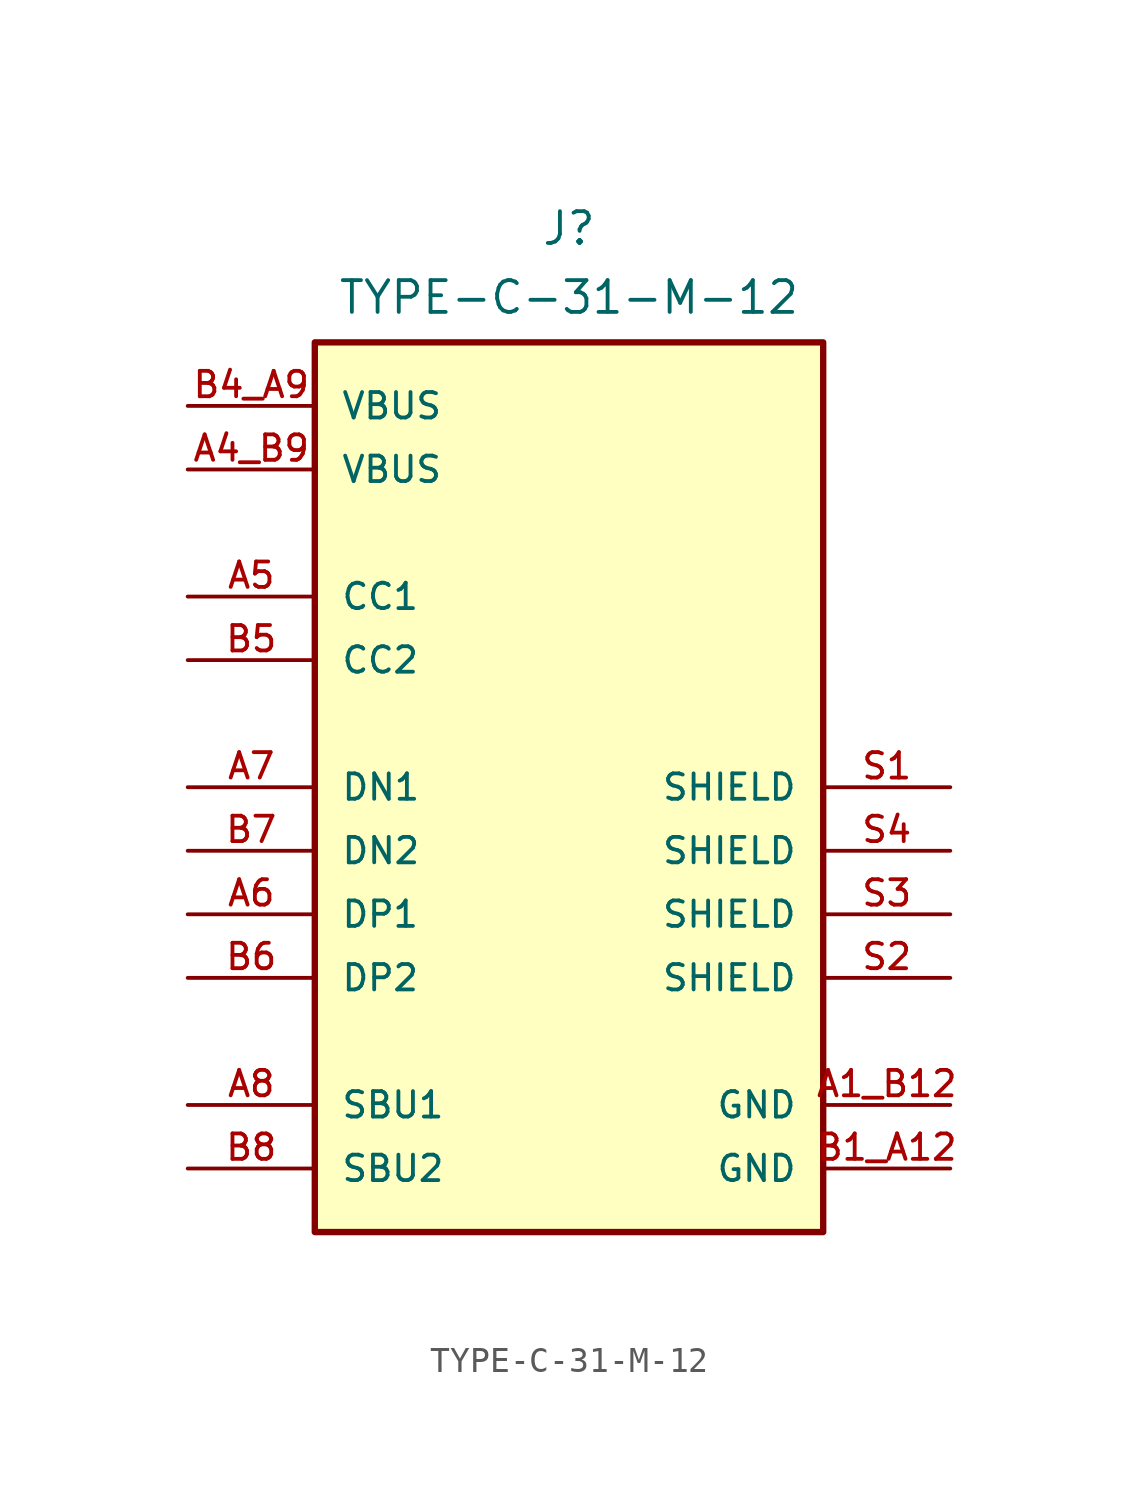
<source format=kicad_sym>
(kicad_symbol_lib
  (version 20231120)
  (generator "kicad_symbol_editor")
  (generator_version "8.0")
  (symbol "TYPE-C-31-M-12"
    (pin_names
      (offset 1.016))
    (property "Reference" "J"
      (at 0 16.51 0)
      (effects (font (size 1.27 1.27)) (justify bottom)))
    (property "Value" "TYPE-C-31-M-12"
      (at 0 15.24 0)
      (effects (font (size 1.27 1.27)) (justify top)))
    (symbol "TYPE-C-31-M-12_0_0"
      (rectangle (start -10.16 12.7) (end 10.16 -22.86) (stroke (width 0.254) (type default)) (fill (type background)))
      (pin power_in line (at 15.24 -17.78 180) (length 5.08) (name "GND" (effects (font (size 1.016 1.016)))) (number "A1_B12" (effects (font (size 1.016 1.016)))))
      (pin power_in line (at -15.24 7.62 0) (length 5.08) (name "VBUS" (effects (font (size 1.016 1.016)))) (number "A4_B9" (effects (font (size 1.016 1.016)))))
      (pin bidirectional line (at -15.24 2.54 0) (length 5.08) (name "CC1" (effects (font (size 1.016 1.016)))) (number "A5" (effects (font (size 1.016 1.016)))))
      (pin bidirectional line (at -15.24 -10.16 0) (length 5.08) (name "DP1" (effects (font (size 1.016 1.016)))) (number "A6" (effects (font (size 1.016 1.016)))))
      (pin bidirectional line (at -15.24 -5.08 0) (length 5.08) (name "DN1" (effects (font (size 1.016 1.016)))) (number "A7" (effects (font (size 1.016 1.016)))))
      (pin bidirectional line (at -15.24 -17.78 0) (length 5.08) (name "SBU1" (effects (font (size 1.016 1.016)))) (number "A8" (effects (font (size 1.016 1.016)))))
      (pin power_in line (at 15.24 -20.32 180) (length 5.08) (name "GND" (effects (font (size 1.016 1.016)))) (number "B1_A12" (effects (font (size 1.016 1.016)))))
      (pin power_in line (at -15.24 10.16 0) (length 5.08) (name "VBUS" (effects (font (size 1.016 1.016)))) (number "B4_A9" (effects (font (size 1.016 1.016)))))
      (pin bidirectional line (at -15.24 0 0) (length 5.08) (name "CC2" (effects (font (size 1.016 1.016)))) (number "B5" (effects (font (size 1.016 1.016)))))
      (pin bidirectional line (at -15.24 -12.7 0) (length 5.08) (name "DP2" (effects (font (size 1.016 1.016)))) (number "B6" (effects (font (size 1.016 1.016)))))
      (pin bidirectional line (at -15.24 -7.62 0) (length 5.08) (name "DN2" (effects (font (size 1.016 1.016)))) (number "B7" (effects (font (size 1.016 1.016)))))
      (pin bidirectional line (at -15.24 -20.32 0) (length 5.08) (name "SBU2" (effects (font (size 1.016 1.016)))) (number "B8" (effects (font (size 1.016 1.016)))))
      (pin passive line (at 15.24 -12.7 180) (length 5.08) (name "SHIELD" (effects (font (size 1.016 1.016)))) (number "S2" (effects (font (size 1.016 1.016)))))
      (pin passive line (at 15.24 -10.16 180) (length 5.08) (name "SHIELD" (effects (font (size 1.016 1.016)))) (number "S3" (effects (font (size 1.016 1.016)))))
      (pin passive line (at 15.24 -7.62 180) (length 5.08) (name "SHIELD" (effects (font (size 1.016 1.016)))) (number "S4" (effects (font (size 1.016 1.016))))))
    (symbol "TYPE-C-31-M-12_1_0"
      (pin passive line (at 15.24 -5.08 180) (length 5.08) (name "SHIELD" (effects (font (size 1.016 1.016)))) (number "S1" (effects (font (size 1.016 1.016))))))))
</source>
